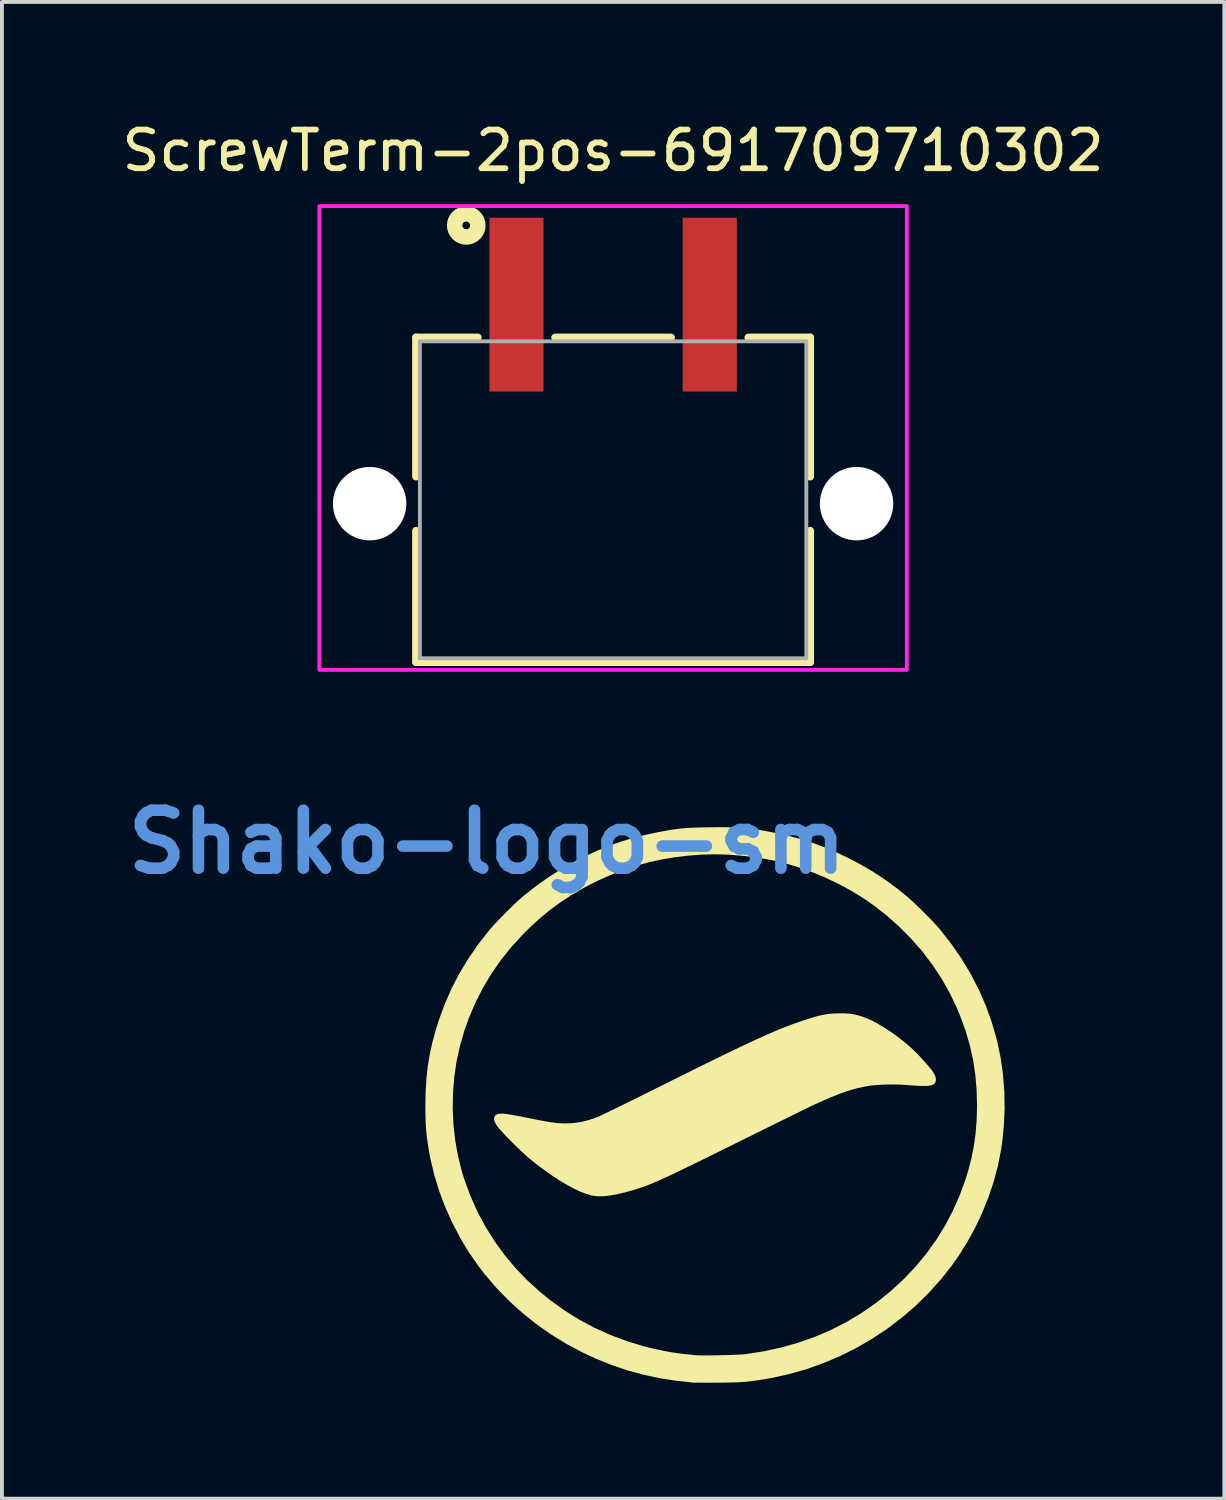
<source format=kicad_pcb>
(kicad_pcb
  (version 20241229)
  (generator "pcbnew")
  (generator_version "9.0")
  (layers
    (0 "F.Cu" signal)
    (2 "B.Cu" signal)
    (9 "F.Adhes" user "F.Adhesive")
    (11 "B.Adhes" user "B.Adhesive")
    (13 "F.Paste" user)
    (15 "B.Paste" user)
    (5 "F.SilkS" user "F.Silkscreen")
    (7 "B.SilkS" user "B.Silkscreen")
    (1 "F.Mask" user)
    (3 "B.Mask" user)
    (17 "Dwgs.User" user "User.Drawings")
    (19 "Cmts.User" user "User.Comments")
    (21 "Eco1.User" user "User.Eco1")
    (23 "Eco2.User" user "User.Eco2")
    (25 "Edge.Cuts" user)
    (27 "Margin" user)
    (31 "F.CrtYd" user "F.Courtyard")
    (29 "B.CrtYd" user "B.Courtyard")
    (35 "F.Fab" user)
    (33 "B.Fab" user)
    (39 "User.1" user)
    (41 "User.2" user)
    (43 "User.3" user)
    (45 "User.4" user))
  (footprint "ScrewTerm-2pos-691709710302"
    (layer "F.Cu")
    (at 12.815 9.983)
    (property "Reference" "ScrewTerm-2pos-691709710302" (at 0 -9.135 0) (layer "F.SilkS") (effects (font (size 1 1) (thickness 0.15))))
    (attr smd)
    (fp_line (start -5.1 -4.3) (end -5.1 -0.7) (stroke (width 0.2) (type solid)) (layer "F.SilkS"))
    (fp_line (start -5.1 0.7) (end -5.1 4.1) (stroke (width 0.2) (type solid)) (layer "F.SilkS"))
    (fp_line (start -5.1 4.1) (end 5.1 4.1) (stroke (width 0.2) (type solid)) (layer "F.SilkS"))
    (fp_line (start -3.5 -4.3) (end -5.1 -4.3) (stroke (width 0.2) (type solid)) (layer "F.SilkS"))
    (fp_line (start -1.5 -4.3) (end 1.5 -4.3) (stroke (width 0.2) (type solid)) (layer "F.SilkS"))
    (fp_line (start 5.1 -4.3) (end 3.5 -4.3) (stroke (width 0.2) (type solid)) (layer "F.SilkS"))
    (fp_line (start 5.1 -0.7) (end 5.1 -4.3) (stroke (width 0.2) (type solid)) (layer "F.SilkS"))
    (fp_line (start 5.1 4.1) (end 5.1 0.7) (stroke (width 0.2) (type solid)) (layer "F.SilkS"))
    (fp_circle (center -3.8 -7.2) (end -3.7 -7.2) (stroke (width 0.4) (type solid)) (fill no) (layer "F.SilkS"))
    (fp_poly (pts (xy -7.6 -7.7) (xy 7.6 -7.7) (xy 7.6 4.3) (xy -7.6 4.3)) (stroke (width 0.1) (type solid)) (fill no) (layer "F.CrtYd"))
    (fp_line (start -5 -4.2) (end 5 -4.2) (stroke (width 0.1) (type solid)) (layer "F.Fab"))
    (fp_line (start -5 4) (end -5 -4.2) (stroke (width 0.1) (type solid)) (layer "F.Fab"))
    (fp_line (start 5 -4.2) (end 5 4) (stroke (width 0.1) (type solid)) (layer "F.Fab"))
    (fp_line (start 5 4) (end -5 4) (stroke (width 0.1) (type solid)) (layer "F.Fab"))
    (pad "" np_thru_hole circle (at -6.3 0) (size 1.9 1.9) (drill 1.9) (layers "*.Cu" "*.Mask"))
    (pad "" np_thru_hole circle (at 6.3 0) (size 1.9 1.9) (drill 1.9) (layers "*.Cu" "*.Mask"))
    (pad "1" smd rect (at -2.5 -5.15) (size 1.4 4.5) (layers "F.Cu" "F.Mask" "F.Paste"))
    (pad "2" smd rect (at 2.5 -5.15) (size 1.4 4.5) (layers "F.Cu" "F.Mask" "F.Paste")))
  (footprint "Shako-logo-sm"
    (layer "F.Cu")
    (at 15.45 25.537)
    (property "Reference" "Shako-logo-sm" (at -5.9 -6.8 0) (layer "Cmts.User") (effects (font (size 1.5 1.5) (thickness 0.3))))
    (attr board_only exclude_from_pos_files exclude_from_bom)
    (fp_poly (pts (xy 3.493 -2.356) (xy 3.626 -2.334) (xy 3.759 -2.298) (xy 3.9 -2.248) (xy 3.901 -2.248) (xy 4.06 -2.178) (xy 4.231 -2.087) (xy 4.411 -1.979) (xy 4.594 -1.857) (xy 4.775 -1.724) (xy 4.949 -1.585) (xy 5.111 -1.442) (xy 5.118 -1.435) (xy 5.189 -1.366) (xy 5.271 -1.282) (xy 5.358 -1.189) (xy 5.443 -1.095) (xy 5.521 -1.005) (xy 5.586 -0.927) (xy 5.609 -0.898) (xy 5.67 -0.807) (xy 5.707 -0.724) (xy 5.72 -0.65) (xy 5.709 -0.588) (xy 5.684 -0.551) (xy 5.657 -0.529) (xy 5.623 -0.512) (xy 5.579 -0.499) (xy 5.523 -0.49) (xy 5.452 -0.486) (xy 5.362 -0.486) (xy 5.252 -0.49) (xy 5.118 -0.498) (xy 4.958 -0.51) (xy 4.905 -0.514) (xy 4.777 -0.522) (xy 4.634 -0.525) (xy 4.483 -0.524) (xy 4.332 -0.519) (xy 4.19 -0.511) (xy 4.064 -0.5) (xy 3.992 -0.49) (xy 3.839 -0.463) (xy 3.687 -0.429) (xy 3.532 -0.387) (xy 3.369 -0.335) (xy 3.197 -0.272) (xy 3.009 -0.197) (xy 2.804 -0.108) (xy 2.577 -0.005) (xy 2.566 0.000117) (xy 2.521 0.021) (xy 2.451 0.055) (xy 2.358 0.1) (xy 2.245 0.155) (xy 2.112 0.22) (xy 1.963 0.294) (xy 1.799 0.374) (xy 1.623 0.461) (xy 1.436 0.554) (xy 1.24 0.65) (xy 1.037 0.75) (xy 0.831 0.853) (xy 0.785 0.875) (xy 0.479 1.027) (xy 0.199 1.165) (xy -0.057 1.292) (xy -0.29 1.407) (xy -0.503 1.511) (xy -0.695 1.605) (xy -0.87 1.689) (xy -1.028 1.765) (xy -1.171 1.832) (xy -1.301 1.892) (xy -1.418 1.945) (xy -1.524 1.992) (xy -1.622 2.034) (xy -1.712 2.07) (xy -1.795 2.103) (xy -1.874 2.131) (xy -1.95 2.157) (xy -2.024 2.181) (xy -2.098 2.204) (xy -2.173 2.225) (xy -2.25 2.246) (xy -2.332 2.268) (xy -2.342 2.271) (xy -2.547 2.319) (xy -2.729 2.351) (xy -2.89 2.368) (xy -3.035 2.368) (xy -3.164 2.353) (xy -3.192 2.347) (xy -3.328 2.308) (xy -3.481 2.249) (xy -3.649 2.17) (xy -3.829 2.073) (xy -4.019 1.96) (xy -4.215 1.833) (xy -4.415 1.692) (xy -4.617 1.54) (xy -4.784 1.406) (xy -4.856 1.345) (xy -4.938 1.27) (xy -5.029 1.185) (xy -5.124 1.094) (xy -5.22 1) (xy -5.314 0.905) (xy -5.403 0.814) (xy -5.483 0.729) (xy -5.551 0.654) (xy -5.604 0.593) (xy -5.639 0.548) (xy -5.642 0.543) (xy -5.691 0.456) (xy -5.715 0.383) (xy -5.713 0.325) (xy -5.686 0.28) (xy -5.634 0.247) (xy -5.633 0.246) (xy -5.603 0.236) (xy -5.566 0.231) (xy -5.52 0.229) (xy -5.462 0.232) (xy -5.389 0.241) (xy -5.299 0.254) (xy -5.188 0.274) (xy -5.054 0.299) (xy -4.894 0.331) (xy -4.855 0.338) (xy -4.682 0.373) (xy -4.534 0.402) (xy -4.409 0.426) (xy -4.302 0.444) (xy -4.21 0.458) (xy -4.129 0.469) (xy -4.055 0.476) (xy -3.985 0.48) (xy -3.916 0.482) (xy -3.862 0.483) (xy -3.671 0.475) (xy -3.486 0.45) (xy -3.3 0.406) (xy -3.105 0.343) (xy -3.018 0.309) (xy -2.987 0.296) (xy -2.931 0.269) (xy -2.852 0.231) (xy -2.751 0.182) (xy -2.63 0.124) (xy -2.491 0.055) (xy -2.336 -0.021) (xy -2.166 -0.105) (xy -1.982 -0.195) (xy -1.788 -0.292) (xy -1.585 -0.393) (xy -1.373 -0.498) (xy -1.156 -0.606) (xy -1.134 -0.617) (xy -0.8 -0.783) (xy -0.491 -0.937) (xy -0.206 -1.078) (xy 0.057 -1.207) (xy 0.3 -1.325) (xy 0.523 -1.433) (xy 0.729 -1.531) (xy 0.919 -1.62) (xy 1.095 -1.701) (xy 1.258 -1.775) (xy 1.41 -1.842) (xy 1.552 -1.903) (xy 1.686 -1.959) (xy 1.814 -2.01) (xy 1.936 -2.057) (xy 2.055 -2.101) (xy 2.173 -2.142) (xy 2.29 -2.182) (xy 2.309 -2.188) (xy 2.467 -2.239) (xy 2.604 -2.28) (xy 2.724 -2.311) (xy 2.835 -2.334) (xy 2.942 -2.35) (xy 3.05 -2.36) (xy 3.167 -2.365) (xy 3.184 -2.366) (xy 3.348 -2.366)) (stroke (width 0) (type solid)) (fill yes) (layer "F.SilkS"))
    (fp_poly (pts (xy 0.287 -7.181) (xy 0.466 -7.177) (xy 0.632 -7.169) (xy 0.789 -7.156) (xy 0.945 -7.14) (xy 1.103 -7.118) (xy 1.27 -7.09) (xy 1.452 -7.056) (xy 1.57 -7.033) (xy 1.918 -6.955) (xy 2.247 -6.867) (xy 2.565 -6.764) (xy 2.879 -6.645) (xy 3.198 -6.506) (xy 3.456 -6.382) (xy 3.79 -6.207) (xy 4.104 -6.021) (xy 4.407 -5.821) (xy 4.707 -5.601) (xy 4.95 -5.406) (xy 5.028 -5.338) (xy 5.121 -5.253) (xy 5.225 -5.155) (xy 5.335 -5.049) (xy 5.446 -4.938) (xy 5.554 -4.828) (xy 5.654 -4.724) (xy 5.742 -4.629) (xy 5.812 -4.549) (xy 5.824 -4.535) (xy 6.118 -4.16) (xy 6.383 -3.776) (xy 6.62 -3.383) (xy 6.829 -2.978) (xy 7.01 -2.563) (xy 7.163 -2.136) (xy 7.29 -1.698) (xy 7.304 -1.641) (xy 7.392 -1.222) (xy 7.453 -0.79) (xy 7.488 -0.351) (xy 7.496 0.093) (xy 7.477 0.54) (xy 7.431 0.985) (xy 7.402 1.177) (xy 7.322 1.582) (xy 7.214 1.988) (xy 7.079 2.392) (xy 6.919 2.79) (xy 6.734 3.181) (xy 6.527 3.558) (xy 6.299 3.921) (xy 6.12 4.174) (xy 5.829 4.54) (xy 5.516 4.886) (xy 5.183 5.211) (xy 4.83 5.515) (xy 4.459 5.796) (xy 4.072 6.054) (xy 3.669 6.288) (xy 3.251 6.497) (xy 2.821 6.68) (xy 2.38 6.838) (xy 1.927 6.968) (xy 1.466 7.07) (xy 1.253 7.107) (xy 1.123 7.127) (xy 1.007 7.144) (xy 0.901 7.157) (xy 0.799 7.168) (xy 0.696 7.176) (xy 0.586 7.182) (xy 0.464 7.186) (xy 0.325 7.189) (xy 0.163 7.191) (xy 0.083 7.191) (xy -0.049 7.192) (xy -0.173 7.193) (xy -0.287 7.193) (xy -0.386 7.192) (xy -0.467 7.192) (xy -0.525 7.191) (xy -0.557 7.19) (xy -0.558 7.19) (xy -1.012 7.141) (xy -1.445 7.073) (xy -1.863 6.983) (xy -2.27 6.872) (xy -2.669 6.737) (xy -3.065 6.578) (xy -3.418 6.414) (xy -3.836 6.192) (xy -4.238 5.946) (xy -4.623 5.675) (xy -4.989 5.382) (xy -5.336 5.067) (xy -5.662 4.731) (xy -5.965 4.375) (xy -6.12 4.174) (xy -6.368 3.817) (xy -6.594 3.441) (xy -6.798 3.051) (xy -6.979 2.648) (xy -7.134 2.237) (xy -7.262 1.82) (xy -7.362 1.4) (xy -7.401 1.192) (xy -7.429 1.02) (xy -7.451 0.861) (xy -7.468 0.708) (xy -7.48 0.554) (xy -7.487 0.392) (xy -7.492 0.214) (xy -7.492 0.108) (xy -6.785 0.108) (xy -6.766 0.524) (xy -6.719 0.935) (xy -6.646 1.34) (xy -6.546 1.735) (xy -6.482 1.941) (xy -6.326 2.361) (xy -6.145 2.766) (xy -5.938 3.154) (xy -5.706 3.525) (xy -5.45 3.88) (xy -5.169 4.217) (xy -4.863 4.536) (xy -4.534 4.836) (xy -4.271 5.05) (xy -3.903 5.316) (xy -3.519 5.556) (xy -3.121 5.769) (xy -2.708 5.956) (xy -2.281 6.116) (xy -1.842 6.25) (xy -1.585 6.314) (xy -1.434 6.347) (xy -1.291 6.376) (xy -1.15 6.401) (xy -1.005 6.423) (xy -0.847 6.444) (xy -0.672 6.463) (xy -0.506 6.48) (xy -0.452 6.483) (xy -0.373 6.485) (xy -0.273 6.486) (xy -0.158 6.486) (xy -0.031 6.484) (xy 0.102 6.482) (xy 0.237 6.479) (xy 0.368 6.476) (xy 0.492 6.471) (xy 0.602 6.467) (xy 0.696 6.461) (xy 0.767 6.456) (xy 0.792 6.453) (xy 1.264 6.38) (xy 1.722 6.28) (xy 2.166 6.154) (xy 2.596 6.002) (xy 3.011 5.823) (xy 3.411 5.618) (xy 3.796 5.386) (xy 4.166 5.129) (xy 4.209 5.097) (xy 4.561 4.812) (xy 4.889 4.509) (xy 5.193 4.188) (xy 5.472 3.851) (xy 5.726 3.497) (xy 5.955 3.126) (xy 6.158 2.74) (xy 6.335 2.338) (xy 6.487 1.922) (xy 6.556 1.696) (xy 6.638 1.378) (xy 6.701 1.06) (xy 6.745 0.738) (xy 6.772 0.403) (xy 6.782 0.051) (xy 6.782 0.015) (xy 6.771 -0.392) (xy 6.737 -0.782) (xy 6.679 -1.161) (xy 6.597 -1.534) (xy 6.489 -1.904) (xy 6.354 -2.277) (xy 6.256 -2.513) (xy 6.073 -2.896) (xy 5.863 -3.267) (xy 5.626 -3.625) (xy 5.364 -3.97) (xy 5.076 -4.299) (xy 4.764 -4.612) (xy 4.429 -4.909) (xy 4.145 -5.133) (xy 3.852 -5.338) (xy 3.535 -5.533) (xy 3.197 -5.716) (xy 2.843 -5.884) (xy 2.581 -5.994) (xy 2.235 -6.122) (xy 1.886 -6.229) (xy 1.529 -6.317) (xy 1.161 -6.385) (xy 0.777 -6.436) (xy 0.372 -6.47) (xy 0.291 -6.474) (xy -0.021 -6.481) (xy -0.351 -6.472) (xy -0.691 -6.446) (xy -1.035 -6.404) (xy -1.375 -6.347) (xy -1.707 -6.276) (xy -1.734 -6.269) (xy -2.029 -6.188) (xy -2.335 -6.086) (xy -2.645 -5.968) (xy -2.949 -5.836) (xy -3.24 -5.694) (xy -3.392 -5.613) (xy -3.702 -5.432) (xy -3.988 -5.245) (xy -4.258 -5.048) (xy -4.516 -4.837) (xy -4.771 -4.605) (xy -4.965 -4.412) (xy -5.265 -4.086) (xy -5.537 -3.747) (xy -5.782 -3.395) (xy -6.002 -3.027) (xy -6.197 -2.644) (xy -6.368 -2.243) (xy -6.482 -1.923) (xy -6.596 -1.533) (xy -6.684 -1.131) (xy -6.744 -0.722) (xy -6.778 -0.308) (xy -6.785 0.108) (xy -7.492 0.108) (xy -7.493 0.014) (xy -7.493 0.008) (xy -7.486 -0.343) (xy -7.466 -0.672) (xy -7.432 -0.988) (xy -7.381 -1.296) (xy -7.314 -1.604) (xy -7.229 -1.919) (xy -7.146 -2.184) (xy -6.996 -2.595) (xy -6.823 -2.992) (xy -6.624 -3.377) (xy -6.399 -3.753) (xy -6.147 -4.122) (xy -5.866 -4.484) (xy -5.824 -4.535) (xy -5.763 -4.605) (xy -5.684 -4.691) (xy -5.592 -4.788) (xy -5.491 -4.892) (xy -5.386 -4.998) (xy -5.28 -5.103) (xy -5.178 -5.201) (xy -5.085 -5.288) (xy -5.005 -5.361) (xy -4.958 -5.401) (xy -4.619 -5.668) (xy -4.276 -5.909) (xy -3.924 -6.129) (xy -3.553 -6.333) (xy -3.358 -6.431) (xy -3.042 -6.577) (xy -2.733 -6.703) (xy -2.424 -6.812) (xy -2.108 -6.907) (xy -1.776 -6.989) (xy -1.508 -7.046) (xy -1.346 -7.077) (xy -1.203 -7.103) (xy -1.072 -7.124) (xy -0.948 -7.14) (xy -0.825 -7.153) (xy -0.698 -7.163) (xy -0.561 -7.17) (xy -0.408 -7.175) (xy -0.233 -7.179) (xy -0.135 -7.18) (xy 0.088 -7.182)) (stroke (width 0) (type solid)) (fill yes) (layer "F.SilkS")))
  (gr_rect
    (start -3 -3)
    (end 28.631 35.73)
    (stroke (width 0.1) (type default))
    (fill no)
    (layer "Edge.Cuts")))
</source>
